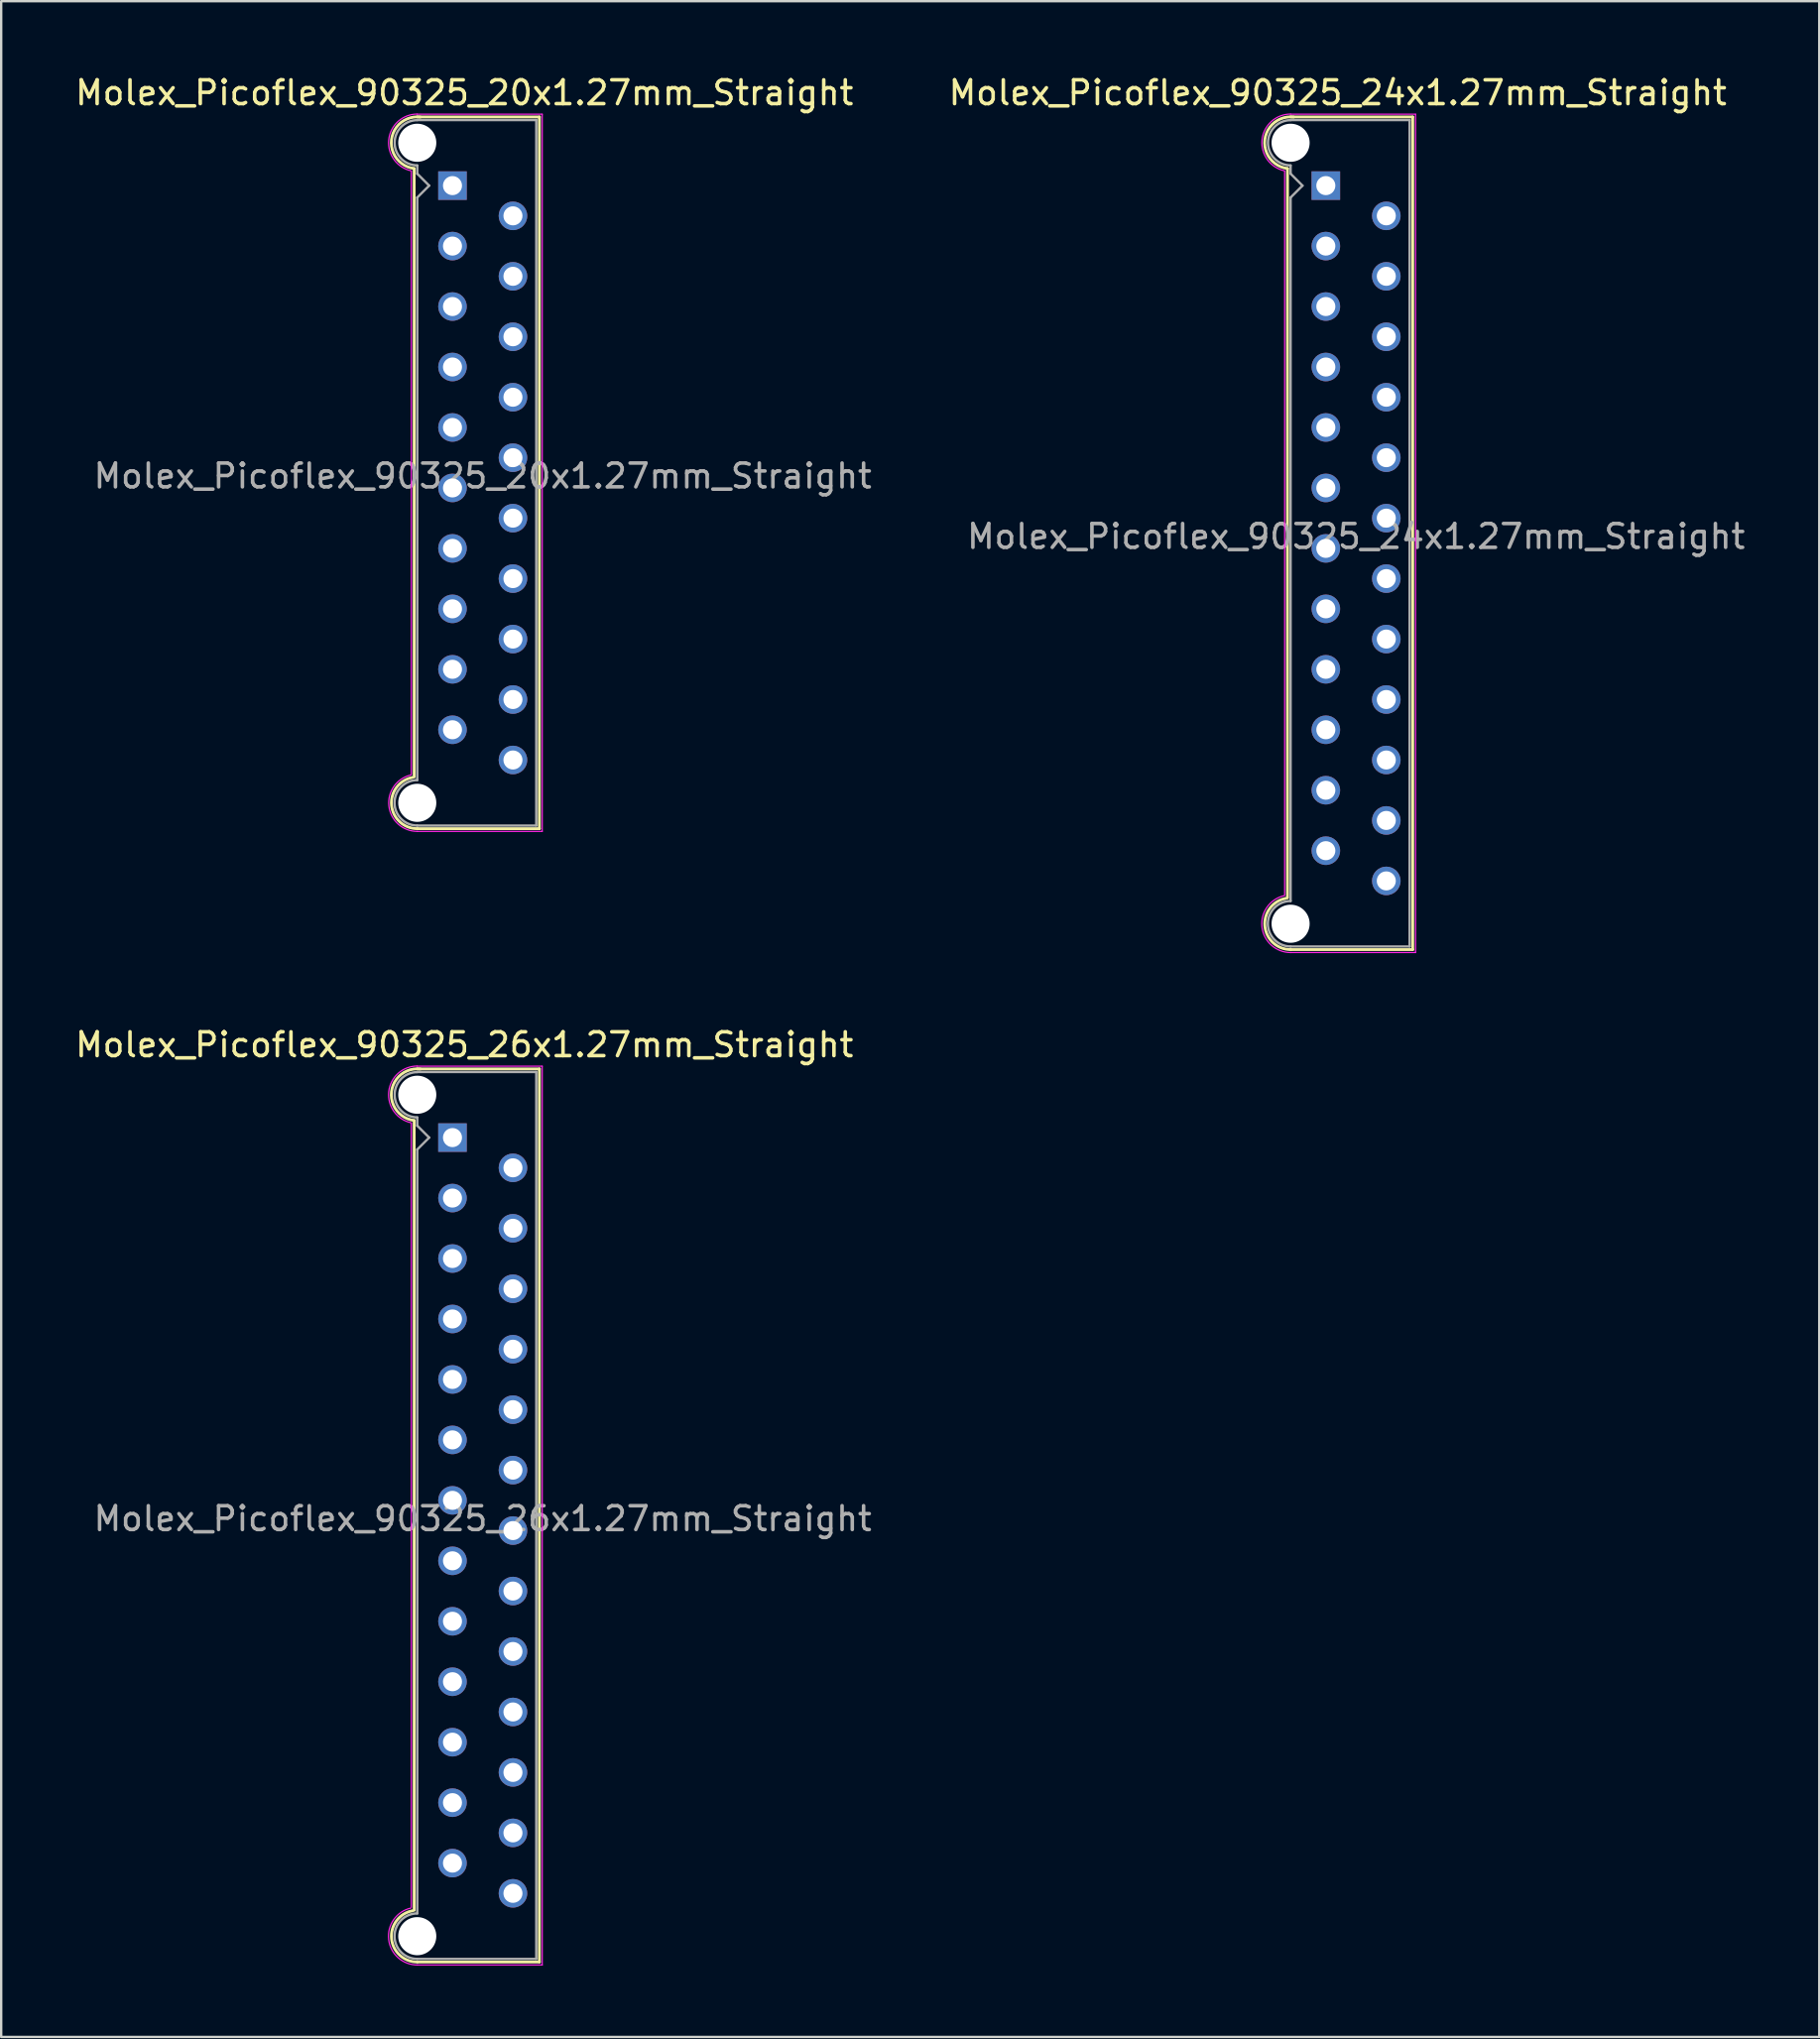
<source format=kicad_pcb>
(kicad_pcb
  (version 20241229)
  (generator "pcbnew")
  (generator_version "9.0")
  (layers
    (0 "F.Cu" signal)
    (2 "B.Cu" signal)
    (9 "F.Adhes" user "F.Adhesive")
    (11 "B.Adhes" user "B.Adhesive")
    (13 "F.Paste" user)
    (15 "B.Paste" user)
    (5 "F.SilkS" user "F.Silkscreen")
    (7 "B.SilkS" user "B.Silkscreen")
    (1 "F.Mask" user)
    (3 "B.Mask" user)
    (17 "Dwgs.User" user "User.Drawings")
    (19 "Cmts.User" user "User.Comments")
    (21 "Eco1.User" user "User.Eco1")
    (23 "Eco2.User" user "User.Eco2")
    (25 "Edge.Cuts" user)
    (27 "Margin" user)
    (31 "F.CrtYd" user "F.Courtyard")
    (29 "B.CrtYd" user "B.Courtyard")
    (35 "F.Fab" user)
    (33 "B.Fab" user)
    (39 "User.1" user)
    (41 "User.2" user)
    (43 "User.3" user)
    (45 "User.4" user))
  (footprint "Molex_Picoflex_90325_20x1.27mm_Straight"
    (layer "F.Cu")
    (at 15.958 4.748)
    (property "Reference" "Molex_Picoflex_90325_20x1.27mm_Straight" (at 0.5 -3.9 0) (layer "F.SilkS") (effects (font (size 1 1) (thickness 0.15))))
    (attr through_hole)
    (fp_line (start -1.61 -0.715) (end -1.61 24.845) (stroke (width 0.12) (type solid)) (layer "F.SilkS"))
    (fp_line (start -1.48 -2.885) (end 3.65 -2.885) (stroke (width 0.12) (type solid)) (layer "F.SilkS"))
    (fp_line (start 3.65 -2.885) (end 3.65 27.015) (stroke (width 0.12) (type solid)) (layer "F.SilkS"))
    (fp_line (start 3.65 27.015) (end -1.48 27.015) (stroke (width 0.12) (type solid)) (layer "F.SilkS"))
    (fp_arc (start -1.61 -0.72) (mid -2.56 -1.93) (end -1.35 -2.88) (stroke (width 0.12) (type solid)) (layer "F.SilkS"))
    (fp_arc (start -1.47 27.015) (mid -2.56 26.034526) (end -1.678256 24.86322) (stroke (width 0.12) (type solid)) (layer "F.SilkS"))
    (fp_line (start -1.73 -0.6) (end -1.73 24.73) (stroke (width 0.05) (type solid)) (layer "F.CrtYd"))
    (fp_line (start -1.48 -3) (end 3.77 -3) (stroke (width 0.05) (type solid)) (layer "F.CrtYd"))
    (fp_line (start 3.77 -3) (end 3.77 27.13) (stroke (width 0.05) (type solid)) (layer "F.CrtYd"))
    (fp_line (start 3.77 27.13) (end -1.48 27.13) (stroke (width 0.05) (type solid)) (layer "F.CrtYd"))
    (fp_arc (start -1.73 -0.62) (mid -2.679668 -1.925287) (end -1.480799 -3.006192) (stroke (width 0.05) (type solid)) (layer "F.CrtYd"))
    (fp_arc (start -1.47 27.13) (mid -2.672381 26.06538) (end -1.739276 24.758302) (stroke (width 0.05) (type solid)) (layer "F.CrtYd"))
    (fp_line (start -1.48 -2.755) (end 3.52 -2.755) (stroke (width 0.1) (type solid)) (layer "F.Fab"))
    (fp_line (start -1.48 -0.845) (end -1.48 -0.5) (stroke (width 0.1) (type solid)) (layer "F.Fab"))
    (fp_line (start -1.48 -0.5) (end -0.98 0) (stroke (width 0.1) (type solid)) (layer "F.Fab"))
    (fp_line (start -1.48 0.5) (end -1.48 24.975) (stroke (width 0.1) (type solid)) (layer "F.Fab"))
    (fp_line (start -0.98 0) (end -1.48 0.5) (stroke (width 0.1) (type solid)) (layer "F.Fab"))
    (fp_line (start 3.52 -2.755) (end 3.52 26.885) (stroke (width 0.1) (type solid)) (layer "F.Fab"))
    (fp_line (start 3.52 26.885) (end -1.48 26.885) (stroke (width 0.1) (type solid)) (layer "F.Fab"))
    (fp_arc (start -1.48 -0.85) (mid -2.43 -1.8) (end -1.48 -2.75) (stroke (width 0.1) (type solid)) (layer "F.Fab"))
    (fp_arc (start -1.48 26.885) (mid -2.435 25.93) (end -1.48 24.975) (stroke (width 0.1) (type solid)) (layer "F.Fab"))
    (fp_text user "${REFERENCE}" (at 1.27 12.2 0) (layer "F.Fab") (effects (font (size 1 1) (thickness 0.15))))
    (pad "" np_thru_hole circle (at -1.48 -1.8) (size 1.6 1.6) (drill 1.6) (layers "*.Cu"))
    (pad "" np_thru_hole circle (at -1.48 25.93) (size 1.6 1.6) (drill 1.6) (layers "*.Cu"))
    (pad "1" thru_hole rect (at 0 0) (size 1.2 1.2) (drill 0.8) (layers "*.Cu" "*.Mask"))
    (pad "2" thru_hole circle (at 2.54 1.27) (size 1.2 1.2) (drill 0.8) (layers "*.Cu" "*.Mask"))
    (pad "3" thru_hole circle (at 0 2.54) (size 1.2 1.2) (drill 0.8) (layers "*.Cu" "*.Mask"))
    (pad "4" thru_hole circle (at 2.54 3.81) (size 1.2 1.2) (drill 0.8) (layers "*.Cu" "*.Mask"))
    (pad "5" thru_hole circle (at 0 5.08) (size 1.2 1.2) (drill 0.8) (layers "*.Cu" "*.Mask"))
    (pad "6" thru_hole circle (at 2.54 6.35) (size 1.2 1.2) (drill 0.8) (layers "*.Cu" "*.Mask"))
    (pad "7" thru_hole circle (at 0 7.62) (size 1.2 1.2) (drill 0.8) (layers "*.Cu" "*.Mask"))
    (pad "8" thru_hole circle (at 2.54 8.89) (size 1.2 1.2) (drill 0.8) (layers "*.Cu" "*.Mask"))
    (pad "9" thru_hole circle (at 0 10.16) (size 1.2 1.2) (drill 0.8) (layers "*.Cu" "*.Mask"))
    (pad "10" thru_hole circle (at 2.54 11.43) (size 1.2 1.2) (drill 0.8) (layers "*.Cu" "*.Mask"))
    (pad "11" thru_hole circle (at 0 12.7) (size 1.2 1.2) (drill 0.8) (layers "*.Cu" "*.Mask"))
    (pad "12" thru_hole circle (at 2.54 13.97) (size 1.2 1.2) (drill 0.8) (layers "*.Cu" "*.Mask"))
    (pad "13" thru_hole circle (at 0 15.24) (size 1.2 1.2) (drill 0.8) (layers "*.Cu" "*.Mask"))
    (pad "14" thru_hole circle (at 2.54 16.51) (size 1.2 1.2) (drill 0.8) (layers "*.Cu" "*.Mask"))
    (pad "15" thru_hole circle (at 0 17.78) (size 1.2 1.2) (drill 0.8) (layers "*.Cu" "*.Mask"))
    (pad "16" thru_hole circle (at 2.54 19.05) (size 1.2 1.2) (drill 0.8) (layers "*.Cu" "*.Mask"))
    (pad "17" thru_hole circle (at 0 20.32) (size 1.2 1.2) (drill 0.8) (layers "*.Cu" "*.Mask"))
    (pad "18" thru_hole circle (at 2.54 21.59) (size 1.2 1.2) (drill 0.8) (layers "*.Cu" "*.Mask"))
    (pad "19" thru_hole circle (at 0 22.86) (size 1.2 1.2) (drill 0.8) (layers "*.Cu" "*.Mask"))
    (pad "20" thru_hole circle (at 2.54 24.13) (size 1.2 1.2) (drill 0.8) (layers "*.Cu" "*.Mask")))
  (footprint "Molex_Picoflex_90325_26x1.27mm_Straight"
    (layer "F.Cu")
    (at 15.958 44.742)
    (property "Reference" "Molex_Picoflex_90325_26x1.27mm_Straight" (at 0.5 -3.9 0) (layer "F.SilkS") (effects (font (size 1 1) (thickness 0.15))))
    (attr through_hole)
    (fp_line (start -1.61 -0.715) (end -1.61 32.465) (stroke (width 0.12) (type solid)) (layer "F.SilkS"))
    (fp_line (start -1.48 -2.885) (end 3.65 -2.885) (stroke (width 0.12) (type solid)) (layer "F.SilkS"))
    (fp_line (start 3.65 -2.885) (end 3.65 34.635) (stroke (width 0.12) (type solid)) (layer "F.SilkS"))
    (fp_line (start 3.65 34.635) (end -1.48 34.635) (stroke (width 0.12) (type solid)) (layer "F.SilkS"))
    (fp_arc (start -1.61 -0.72) (mid -2.56 -1.93) (end -1.35 -2.88) (stroke (width 0.12) (type solid)) (layer "F.SilkS"))
    (fp_arc (start -1.47 34.635) (mid -2.56 33.654526) (end -1.678256 32.48322) (stroke (width 0.12) (type solid)) (layer "F.SilkS"))
    (fp_line (start -1.73 -0.6) (end -1.73 32.34) (stroke (width 0.05) (type solid)) (layer "F.CrtYd"))
    (fp_line (start -1.48 -3) (end 3.77 -3) (stroke (width 0.05) (type solid)) (layer "F.CrtYd"))
    (fp_line (start 3.77 -3) (end 3.77 34.76) (stroke (width 0.05) (type solid)) (layer "F.CrtYd"))
    (fp_line (start 3.77 34.76) (end -1.48 34.76) (stroke (width 0.05) (type solid)) (layer "F.CrtYd"))
    (fp_arc (start -1.73 -0.62) (mid -2.679668 -1.925287) (end -1.480799 -3.006192) (stroke (width 0.05) (type solid)) (layer "F.CrtYd"))
    (fp_arc (start -1.47 34.76) (mid -2.682326 33.686425) (end -1.741355 32.368521) (stroke (width 0.05) (type solid)) (layer "F.CrtYd"))
    (fp_line (start -1.48 -2.755) (end 3.52 -2.755) (stroke (width 0.1) (type solid)) (layer "F.Fab"))
    (fp_line (start -1.48 -0.845) (end -1.48 -0.5) (stroke (width 0.1) (type solid)) (layer "F.Fab"))
    (fp_line (start -1.48 -0.5) (end -0.98 0) (stroke (width 0.1) (type solid)) (layer "F.Fab"))
    (fp_line (start -1.48 0.5) (end -1.48 32.595) (stroke (width 0.1) (type solid)) (layer "F.Fab"))
    (fp_line (start -0.98 0) (end -1.48 0.5) (stroke (width 0.1) (type solid)) (layer "F.Fab"))
    (fp_line (start 3.52 -2.755) (end 3.52 34.505) (stroke (width 0.1) (type solid)) (layer "F.Fab"))
    (fp_line (start 3.52 34.505) (end -1.48 34.505) (stroke (width 0.1) (type solid)) (layer "F.Fab"))
    (fp_arc (start -1.48 -0.85) (mid -2.43 -1.8) (end -1.48 -2.75) (stroke (width 0.1) (type solid)) (layer "F.Fab"))
    (fp_arc (start -1.48 34.505) (mid -2.435 33.55) (end -1.48 32.595) (stroke (width 0.1) (type solid)) (layer "F.Fab"))
    (fp_text user "${REFERENCE}" (at 1.27 16.01 0) (layer "F.Fab") (effects (font (size 1 1) (thickness 0.15))))
    (pad "" np_thru_hole circle (at -1.48 -1.8) (size 1.6 1.6) (drill 1.6) (layers "*.Cu"))
    (pad "" np_thru_hole circle (at -1.48 33.55) (size 1.6 1.6) (drill 1.6) (layers "*.Cu"))
    (pad "1" thru_hole rect (at 0 0) (size 1.2 1.2) (drill 0.8) (layers "*.Cu" "*.Mask"))
    (pad "2" thru_hole circle (at 2.54 1.27) (size 1.2 1.2) (drill 0.8) (layers "*.Cu" "*.Mask"))
    (pad "3" thru_hole circle (at 0 2.54) (size 1.2 1.2) (drill 0.8) (layers "*.Cu" "*.Mask"))
    (pad "4" thru_hole circle (at 2.54 3.81) (size 1.2 1.2) (drill 0.8) (layers "*.Cu" "*.Mask"))
    (pad "5" thru_hole circle (at 0 5.08) (size 1.2 1.2) (drill 0.8) (layers "*.Cu" "*.Mask"))
    (pad "6" thru_hole circle (at 2.54 6.35) (size 1.2 1.2) (drill 0.8) (layers "*.Cu" "*.Mask"))
    (pad "7" thru_hole circle (at 0 7.62) (size 1.2 1.2) (drill 0.8) (layers "*.Cu" "*.Mask"))
    (pad "8" thru_hole circle (at 2.54 8.89) (size 1.2 1.2) (drill 0.8) (layers "*.Cu" "*.Mask"))
    (pad "9" thru_hole circle (at 0 10.16) (size 1.2 1.2) (drill 0.8) (layers "*.Cu" "*.Mask"))
    (pad "10" thru_hole circle (at 2.54 11.43) (size 1.2 1.2) (drill 0.8) (layers "*.Cu" "*.Mask"))
    (pad "11" thru_hole circle (at 0 12.7) (size 1.2 1.2) (drill 0.8) (layers "*.Cu" "*.Mask"))
    (pad "12" thru_hole circle (at 2.54 13.97) (size 1.2 1.2) (drill 0.8) (layers "*.Cu" "*.Mask"))
    (pad "13" thru_hole circle (at 0 15.24) (size 1.2 1.2) (drill 0.8) (layers "*.Cu" "*.Mask"))
    (pad "14" thru_hole circle (at 2.54 16.51) (size 1.2 1.2) (drill 0.8) (layers "*.Cu" "*.Mask"))
    (pad "15" thru_hole circle (at 0 17.78) (size 1.2 1.2) (drill 0.8) (layers "*.Cu" "*.Mask"))
    (pad "16" thru_hole circle (at 2.54 19.05) (size 1.2 1.2) (drill 0.8) (layers "*.Cu" "*.Mask"))
    (pad "17" thru_hole circle (at 0 20.32) (size 1.2 1.2) (drill 0.8) (layers "*.Cu" "*.Mask"))
    (pad "18" thru_hole circle (at 2.54 21.59) (size 1.2 1.2) (drill 0.8) (layers "*.Cu" "*.Mask"))
    (pad "19" thru_hole circle (at 0 22.86) (size 1.2 1.2) (drill 0.8) (layers "*.Cu" "*.Mask"))
    (pad "20" thru_hole circle (at 2.54 24.13) (size 1.2 1.2) (drill 0.8) (layers "*.Cu" "*.Mask"))
    (pad "21" thru_hole circle (at 0 25.4) (size 1.2 1.2) (drill 0.8) (layers "*.Cu" "*.Mask"))
    (pad "22" thru_hole circle (at 2.54 26.67) (size 1.2 1.2) (drill 0.8) (layers "*.Cu" "*.Mask"))
    (pad "23" thru_hole circle (at 0 27.94) (size 1.2 1.2) (drill 0.8) (layers "*.Cu" "*.Mask"))
    (pad "24" thru_hole circle (at 2.54 29.21) (size 1.2 1.2) (drill 0.8) (layers "*.Cu" "*.Mask"))
    (pad "25" thru_hole circle (at 0 30.48) (size 1.2 1.2) (drill 0.8) (layers "*.Cu" "*.Mask"))
    (pad "26" thru_hole circle (at 2.54 31.75) (size 1.2 1.2) (drill 0.8) (layers "*.Cu" "*.Mask")))
  (footprint "Molex_Picoflex_90325_24x1.27mm_Straight"
    (layer "F.Cu")
    (at 52.645 4.748)
    (property "Reference" "Molex_Picoflex_90325_24x1.27mm_Straight" (at 0.5 -3.9 0) (layer "F.SilkS") (effects (font (size 1 1) (thickness 0.15))))
    (attr through_hole)
    (fp_line (start -1.61 -0.715) (end -1.61 29.925) (stroke (width 0.12) (type solid)) (layer "F.SilkS"))
    (fp_line (start -1.48 -2.885) (end 3.65 -2.885) (stroke (width 0.12) (type solid)) (layer "F.SilkS"))
    (fp_line (start 3.65 -2.885) (end 3.65 32.095) (stroke (width 0.12) (type solid)) (layer "F.SilkS"))
    (fp_line (start 3.65 32.095) (end -1.48 32.095) (stroke (width 0.12) (type solid)) (layer "F.SilkS"))
    (fp_arc (start -1.61 -0.72) (mid -2.56 -1.93) (end -1.35 -2.88) (stroke (width 0.12) (type solid)) (layer "F.SilkS"))
    (fp_arc (start -1.47 32.095) (mid -2.56 31.114526) (end -1.678256 29.94322) (stroke (width 0.12) (type solid)) (layer "F.SilkS"))
    (fp_line (start -1.73 -0.6) (end -1.73 29.81) (stroke (width 0.05) (type solid)) (layer "F.CrtYd"))
    (fp_line (start -1.48 -3) (end 3.77 -3) (stroke (width 0.05) (type solid)) (layer "F.CrtYd"))
    (fp_line (start 3.77 -3) (end 3.77 32.22) (stroke (width 0.05) (type solid)) (layer "F.CrtYd"))
    (fp_line (start 3.77 32.22) (end -1.48 32.22) (stroke (width 0.05) (type solid)) (layer "F.CrtYd"))
    (fp_arc (start -1.73 -0.62) (mid -2.679668 -1.925287) (end -1.480799 -3.006192) (stroke (width 0.05) (type solid)) (layer "F.CrtYd"))
    (fp_arc (start -1.47 32.22) (mid -2.682326 31.146425) (end -1.741355 29.828521) (stroke (width 0.05) (type solid)) (layer "F.CrtYd"))
    (fp_line (start -1.48 -2.755) (end 3.52 -2.755) (stroke (width 0.1) (type solid)) (layer "F.Fab"))
    (fp_line (start -1.48 -0.845) (end -1.48 -0.5) (stroke (width 0.1) (type solid)) (layer "F.Fab"))
    (fp_line (start -1.48 -0.5) (end -0.98 0) (stroke (width 0.1) (type solid)) (layer "F.Fab"))
    (fp_line (start -1.48 0.5) (end -1.48 30.055) (stroke (width 0.1) (type solid)) (layer "F.Fab"))
    (fp_line (start -0.98 0) (end -1.48 0.5) (stroke (width 0.1) (type solid)) (layer "F.Fab"))
    (fp_line (start 3.52 -2.755) (end 3.52 31.965) (stroke (width 0.1) (type solid)) (layer "F.Fab"))
    (fp_line (start 3.52 31.965) (end -1.48 31.965) (stroke (width 0.1) (type solid)) (layer "F.Fab"))
    (fp_arc (start -1.48 -0.85) (mid -2.43 -1.8) (end -1.48 -2.75) (stroke (width 0.1) (type solid)) (layer "F.Fab"))
    (fp_arc (start -1.48 31.965) (mid -2.435 31.01) (end -1.48 30.055) (stroke (width 0.1) (type solid)) (layer "F.Fab"))
    (fp_text user "${REFERENCE}" (at 1.27 14.74 0) (layer "F.Fab") (effects (font (size 1 1) (thickness 0.15))))
    (pad "" np_thru_hole circle (at -1.48 -1.8) (size 1.6 1.6) (drill 1.6) (layers "*.Cu"))
    (pad "" np_thru_hole circle (at -1.48 31.01) (size 1.6 1.6) (drill 1.6) (layers "*.Cu"))
    (pad "1" thru_hole rect (at 0 0) (size 1.2 1.2) (drill 0.8) (layers "*.Cu" "*.Mask"))
    (pad "2" thru_hole circle (at 2.54 1.27) (size 1.2 1.2) (drill 0.8) (layers "*.Cu" "*.Mask"))
    (pad "3" thru_hole circle (at 0 2.54) (size 1.2 1.2) (drill 0.8) (layers "*.Cu" "*.Mask"))
    (pad "4" thru_hole circle (at 2.54 3.81) (size 1.2 1.2) (drill 0.8) (layers "*.Cu" "*.Mask"))
    (pad "5" thru_hole circle (at 0 5.08) (size 1.2 1.2) (drill 0.8) (layers "*.Cu" "*.Mask"))
    (pad "6" thru_hole circle (at 2.54 6.35) (size 1.2 1.2) (drill 0.8) (layers "*.Cu" "*.Mask"))
    (pad "7" thru_hole circle (at 0 7.62) (size 1.2 1.2) (drill 0.8) (layers "*.Cu" "*.Mask"))
    (pad "8" thru_hole circle (at 2.54 8.89) (size 1.2 1.2) (drill 0.8) (layers "*.Cu" "*.Mask"))
    (pad "9" thru_hole circle (at 0 10.16) (size 1.2 1.2) (drill 0.8) (layers "*.Cu" "*.Mask"))
    (pad "10" thru_hole circle (at 2.54 11.43) (size 1.2 1.2) (drill 0.8) (layers "*.Cu" "*.Mask"))
    (pad "11" thru_hole circle (at 0 12.7) (size 1.2 1.2) (drill 0.8) (layers "*.Cu" "*.Mask"))
    (pad "12" thru_hole circle (at 2.54 13.97) (size 1.2 1.2) (drill 0.8) (layers "*.Cu" "*.Mask"))
    (pad "13" thru_hole circle (at 0 15.24) (size 1.2 1.2) (drill 0.8) (layers "*.Cu" "*.Mask"))
    (pad "14" thru_hole circle (at 2.54 16.51) (size 1.2 1.2) (drill 0.8) (layers "*.Cu" "*.Mask"))
    (pad "15" thru_hole circle (at 0 17.78) (size 1.2 1.2) (drill 0.8) (layers "*.Cu" "*.Mask"))
    (pad "16" thru_hole circle (at 2.54 19.05) (size 1.2 1.2) (drill 0.8) (layers "*.Cu" "*.Mask"))
    (pad "17" thru_hole circle (at 0 20.32) (size 1.2 1.2) (drill 0.8) (layers "*.Cu" "*.Mask"))
    (pad "18" thru_hole circle (at 2.54 21.59) (size 1.2 1.2) (drill 0.8) (layers "*.Cu" "*.Mask"))
    (pad "19" thru_hole circle (at 0 22.86) (size 1.2 1.2) (drill 0.8) (layers "*.Cu" "*.Mask"))
    (pad "20" thru_hole circle (at 2.54 24.13) (size 1.2 1.2) (drill 0.8) (layers "*.Cu" "*.Mask"))
    (pad "21" thru_hole circle (at 0 25.4) (size 1.2 1.2) (drill 0.8) (layers "*.Cu" "*.Mask"))
    (pad "22" thru_hole circle (at 2.54 26.67) (size 1.2 1.2) (drill 0.8) (layers "*.Cu" "*.Mask"))
    (pad "23" thru_hole circle (at 0 27.94) (size 1.2 1.2) (drill 0.8) (layers "*.Cu" "*.Mask"))
    (pad "24" thru_hole circle (at 2.54 29.21) (size 1.2 1.2) (drill 0.8) (layers "*.Cu" "*.Mask")))
  (gr_rect
    (start -3 -3)
    (end 73.373 82.527)
    (stroke (width 0.1) (type default))
    (fill no)
    (layer "Edge.Cuts")))
</source>
